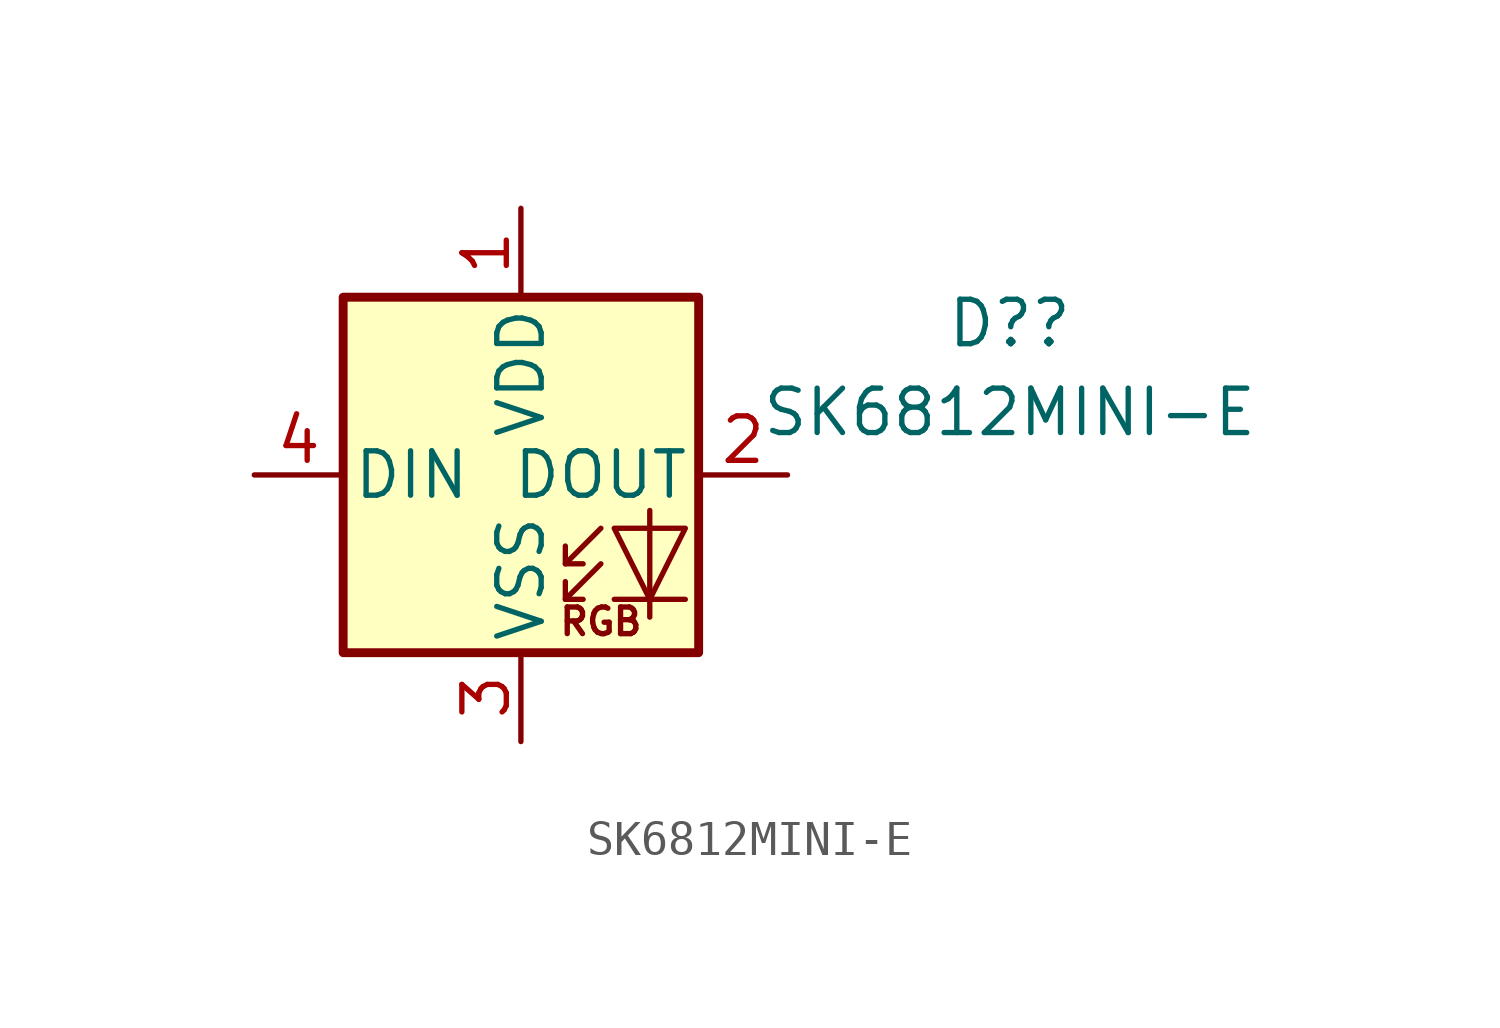
<source format=kicad_sym>
(kicad_symbol_lib
  (version 20211014)
  (generator kicad_symbol_editor)
  (symbol "SK6812MINI-E"
    (pin_names
      (offset 0.254))
    (property "Reference" "D?"
      (at 13.97 4.331 0)
      (effects (font (size 1.27 1.27))))
    (property "Value" "SK6812MINI-E"
      (at 13.97 1.791 0)
      (effects (font (size 1.27 1.27))))
    (symbol "SK6812MINI-E_0_0"
      (text "RGB" (at 2.286 -4.191 0) (effects (font (size 0.762 0.762)))))
    (symbol "SK6812MINI-E_0_1"
      (polyline (pts (xy 1.27 -3.556) (xy 1.778 -3.556)) (stroke (width 0) (type default) (color 0 0 0 0)) (fill (type none)))
      (polyline (pts (xy 1.27 -2.54) (xy 1.778 -2.54)) (stroke (width 0) (type default) (color 0 0 0 0)) (fill (type none)))
      (polyline (pts (xy 4.699 -3.556) (xy 2.667 -3.556)) (stroke (width 0) (type default) (color 0 0 0 0)) (fill (type none)))
      (polyline (pts (xy 2.286 -2.54) (xy 1.27 -3.556) (xy 1.27 -3.048)) (stroke (width 0) (type default) (color 0 0 0 0)) (fill (type none)))
      (polyline (pts (xy 2.286 -1.524) (xy 1.27 -2.54) (xy 1.27 -2.032)) (stroke (width 0) (type default) (color 0 0 0 0)) (fill (type none)))
      (polyline (pts (xy 3.683 -1.016) (xy 3.683 -3.556) (xy 3.683 -4.064)) (stroke (width 0) (type default) (color 0 0 0 0)) (fill (type none)))
      (polyline (pts (xy 4.699 -1.524) (xy 2.667 -1.524) (xy 3.683 -3.556) (xy 4.699 -1.524)) (stroke (width 0) (type default) (color 0 0 0 0)) (fill (type none)))
      (rectangle (start 5.08 5.08) (end -5.08 -5.08) (stroke (width 0.254) (type default) (color 0 0 0 0)) (fill (type background))))
    (symbol "SK6812MINI-E_1_1"
      (pin power_in line (at 0 7.62 270) (length 2.54) (name "VDD" (effects (font (size 1.27 1.27)))) (number "1" (effects (font (size 1.27 1.27)))))
      (pin output line (at 7.62 0 180) (length 2.54) (name "DOUT" (effects (font (size 1.27 1.27)))) (number "2" (effects (font (size 1.27 1.27)))))
      (pin power_in line (at 0 -7.62 90) (length 2.54) (name "VSS" (effects (font (size 1.27 1.27)))) (number "3" (effects (font (size 1.27 1.27)))))
      (pin input line (at -7.62 0 0) (length 2.54) (name "DIN" (effects (font (size 1.27 1.27)))) (number "4" (effects (font (size 1.27 1.27))))))))
</source>
